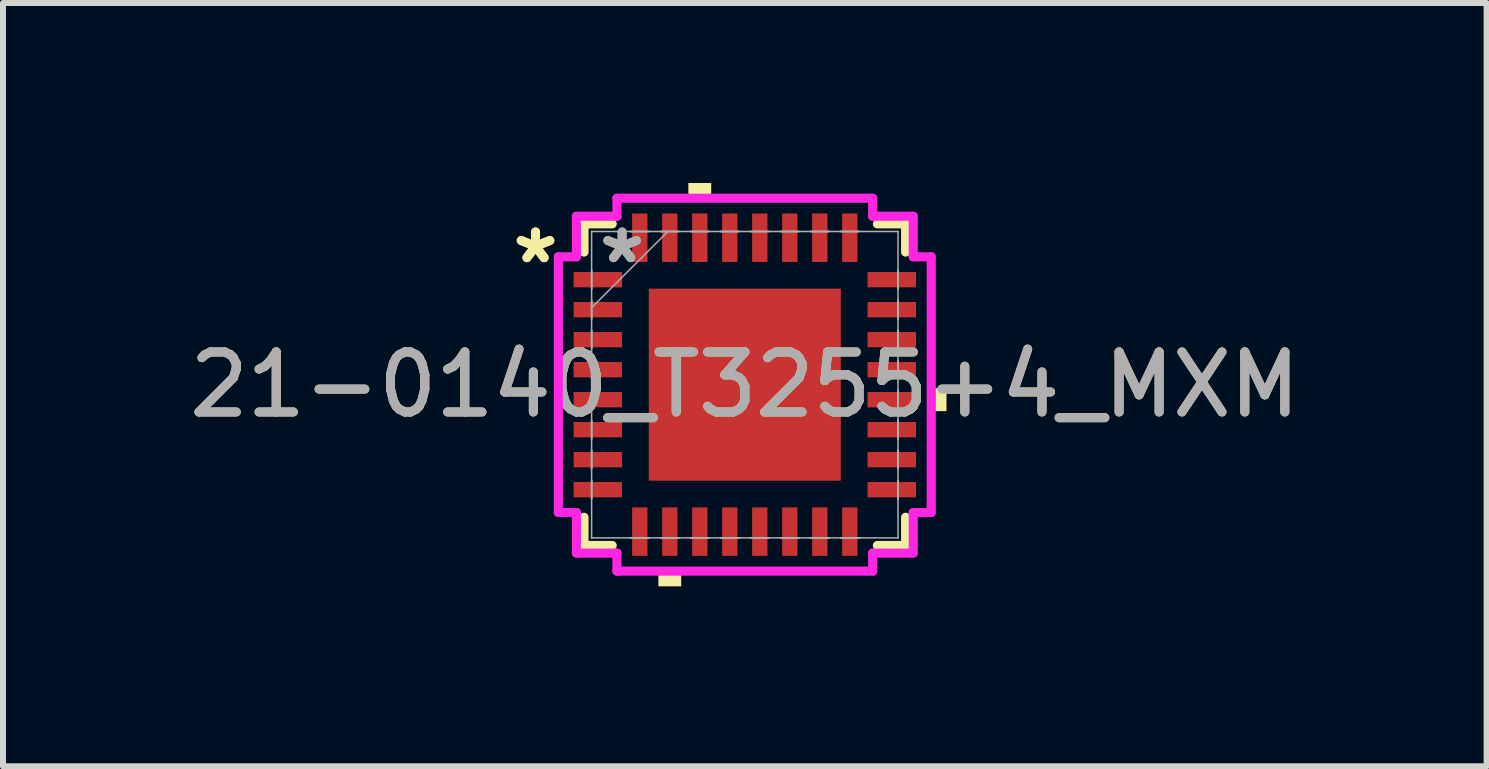
<source format=kicad_pcb>
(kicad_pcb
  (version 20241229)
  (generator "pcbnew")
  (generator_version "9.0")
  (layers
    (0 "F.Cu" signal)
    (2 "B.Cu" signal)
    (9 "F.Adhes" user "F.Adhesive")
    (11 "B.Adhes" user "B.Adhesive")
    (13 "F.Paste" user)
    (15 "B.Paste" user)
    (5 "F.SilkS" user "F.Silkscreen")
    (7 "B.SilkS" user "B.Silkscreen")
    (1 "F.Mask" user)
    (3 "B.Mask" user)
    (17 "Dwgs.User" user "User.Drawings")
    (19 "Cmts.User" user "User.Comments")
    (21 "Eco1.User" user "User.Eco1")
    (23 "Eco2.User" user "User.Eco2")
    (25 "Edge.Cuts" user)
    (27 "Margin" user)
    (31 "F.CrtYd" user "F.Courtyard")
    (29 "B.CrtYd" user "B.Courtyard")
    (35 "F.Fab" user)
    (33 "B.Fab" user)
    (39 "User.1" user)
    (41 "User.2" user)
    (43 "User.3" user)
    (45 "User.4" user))
  (footprint "21-0140_T3255+4_MXM"
    (layer "F.Cu")
    (at 9.363 3.361)
    (property "Reference" "21-0140_T3255+4_MXM" (at 0 0 0) (unlocked yes) (layer "F.SilkS") (effects (font (size 1 1) (thickness 0.15))))
    (attr smd)
    (fp_line (start -2.68 -2.68) (end -2.68 -2.21) (stroke (width 0.152) (type solid)) (layer "F.SilkS"))
    (fp_line (start -2.68 2.21) (end -2.68 2.68) (stroke (width 0.152) (type solid)) (layer "F.SilkS"))
    (fp_line (start -2.68 2.68) (end -2.21 2.68) (stroke (width 0.152) (type solid)) (layer "F.SilkS"))
    (fp_line (start -2.21 -2.68) (end -2.68 -2.68) (stroke (width 0.152) (type solid)) (layer "F.SilkS"))
    (fp_line (start 2.21 2.68) (end 2.68 2.68) (stroke (width 0.152) (type solid)) (layer "F.SilkS"))
    (fp_line (start 2.68 -2.68) (end 2.21 -2.68) (stroke (width 0.152) (type solid)) (layer "F.SilkS"))
    (fp_line (start 2.68 -2.21) (end 2.68 -2.68) (stroke (width 0.152) (type solid)) (layer "F.SilkS"))
    (fp_line (start 2.68 2.68) (end 2.68 2.21) (stroke (width 0.152) (type solid)) (layer "F.SilkS"))
    (fp_poly (pts (xy -1.44 3.107) (xy -1.44 3.361) (xy -1.06 3.361) (xy -1.06 3.107)) (stroke (width 0) (type solid)) (fill yes) (layer "F.SilkS"))
    (fp_poly (pts (xy -0.941 -3.107) (xy -0.941 -3.361) (xy -0.56 -3.361) (xy -0.56 -3.107)) (stroke (width 0) (type solid)) (fill yes) (layer "F.SilkS"))
    (fp_poly (pts (xy 3.361 0.059) (xy 3.361 0.441) (xy 3.107 0.441) (xy 3.107 0.059)) (stroke (width 0) (type solid)) (fill yes) (layer "F.SilkS"))
    (fp_poly (pts (xy -1.5 -1.5) (xy -1.5 -0.1) (xy -0.1 -0.1) (xy -0.1 -1.5)) (stroke (width 0) (type solid)) (fill yes) (layer "F.Paste"))
    (fp_poly (pts (xy -1.5 0.1) (xy -1.5 1.5) (xy -0.1 1.5) (xy -0.1 0.1)) (stroke (width 0) (type solid)) (fill yes) (layer "F.Paste"))
    (fp_poly (pts (xy 0.1 -1.5) (xy 0.1 -0.1) (xy 1.5 -0.1) (xy 1.5 -1.5)) (stroke (width 0) (type solid)) (fill yes) (layer "F.Paste"))
    (fp_poly (pts (xy 0.1 0.1) (xy 0.1 1.5) (xy 1.5 1.5) (xy 1.5 0.1)) (stroke (width 0) (type solid)) (fill yes) (layer "F.Paste"))
    (fp_line (start -3.107 -2.131) (end -2.807 -2.131) (stroke (width 0.152) (type solid)) (layer "F.CrtYd"))
    (fp_line (start -3.107 2.131) (end -3.107 -2.131) (stroke (width 0.152) (type solid)) (layer "F.CrtYd"))
    (fp_line (start -2.807 -2.807) (end -2.131 -2.807) (stroke (width 0.152) (type solid)) (layer "F.CrtYd"))
    (fp_line (start -2.807 -2.131) (end -2.807 -2.807) (stroke (width 0.152) (type solid)) (layer "F.CrtYd"))
    (fp_line (start -2.807 2.131) (end -3.107 2.131) (stroke (width 0.152) (type solid)) (layer "F.CrtYd"))
    (fp_line (start -2.807 2.807) (end -2.807 2.131) (stroke (width 0.152) (type solid)) (layer "F.CrtYd"))
    (fp_line (start -2.131 -3.107) (end 2.131 -3.107) (stroke (width 0.152) (type solid)) (layer "F.CrtYd"))
    (fp_line (start -2.131 -2.807) (end -2.131 -3.107) (stroke (width 0.152) (type solid)) (layer "F.CrtYd"))
    (fp_line (start -2.131 2.807) (end -2.807 2.807) (stroke (width 0.152) (type solid)) (layer "F.CrtYd"))
    (fp_line (start -2.131 3.107) (end -2.131 2.807) (stroke (width 0.152) (type solid)) (layer "F.CrtYd"))
    (fp_line (start 2.131 -3.107) (end 2.131 -2.807) (stroke (width 0.152) (type solid)) (layer "F.CrtYd"))
    (fp_line (start 2.131 -2.807) (end 2.807 -2.807) (stroke (width 0.152) (type solid)) (layer "F.CrtYd"))
    (fp_line (start 2.131 2.807) (end 2.131 3.107) (stroke (width 0.152) (type solid)) (layer "F.CrtYd"))
    (fp_line (start 2.131 3.107) (end -2.131 3.107) (stroke (width 0.152) (type solid)) (layer "F.CrtYd"))
    (fp_line (start 2.807 -2.807) (end 2.807 -2.131) (stroke (width 0.152) (type solid)) (layer "F.CrtYd"))
    (fp_line (start 2.807 -2.131) (end 3.107 -2.131) (stroke (width 0.152) (type solid)) (layer "F.CrtYd"))
    (fp_line (start 2.807 2.131) (end 2.807 2.807) (stroke (width 0.152) (type solid)) (layer "F.CrtYd"))
    (fp_line (start 2.807 2.807) (end 2.131 2.807) (stroke (width 0.152) (type solid)) (layer "F.CrtYd"))
    (fp_line (start 3.107 -2.131) (end 3.107 2.131) (stroke (width 0.152) (type solid)) (layer "F.CrtYd"))
    (fp_line (start 3.107 2.131) (end 2.807 2.131) (stroke (width 0.152) (type solid)) (layer "F.CrtYd"))
    (fp_line (start -2.553 -2.553) (end -2.553 -2.553) (stroke (width 0.025) (type solid)) (layer "F.Fab"))
    (fp_line (start -2.553 -2.553) (end -2.553 2.553) (stroke (width 0.025) (type solid)) (layer "F.Fab"))
    (fp_line (start -2.553 -1.902) (end -2.553 -1.902) (stroke (width 0.025) (type solid)) (layer "F.Fab"))
    (fp_line (start -2.553 -1.902) (end -2.553 -1.598) (stroke (width 0.025) (type solid)) (layer "F.Fab"))
    (fp_line (start -2.553 -1.598) (end -2.553 -1.902) (stroke (width 0.025) (type solid)) (layer "F.Fab"))
    (fp_line (start -2.553 -1.598) (end -2.553 -1.598) (stroke (width 0.025) (type solid)) (layer "F.Fab"))
    (fp_line (start -2.553 -1.402) (end -2.553 -1.402) (stroke (width 0.025) (type solid)) (layer "F.Fab"))
    (fp_line (start -2.553 -1.402) (end -2.553 -1.098) (stroke (width 0.025) (type solid)) (layer "F.Fab"))
    (fp_line (start -2.553 -1.283) (end -1.283 -2.553) (stroke (width 0.025) (type solid)) (layer "F.Fab"))
    (fp_line (start -2.553 -1.098) (end -2.553 -1.402) (stroke (width 0.025) (type solid)) (layer "F.Fab"))
    (fp_line (start -2.553 -1.098) (end -2.553 -1.098) (stroke (width 0.025) (type solid)) (layer "F.Fab"))
    (fp_line (start -2.553 -0.902) (end -2.553 -0.902) (stroke (width 0.025) (type solid)) (layer "F.Fab"))
    (fp_line (start -2.553 -0.902) (end -2.553 -0.598) (stroke (width 0.025) (type solid)) (layer "F.Fab"))
    (fp_line (start -2.553 -0.598) (end -2.553 -0.902) (stroke (width 0.025) (type solid)) (layer "F.Fab"))
    (fp_line (start -2.553 -0.598) (end -2.553 -0.598) (stroke (width 0.025) (type solid)) (layer "F.Fab"))
    (fp_line (start -2.553 -0.402) (end -2.553 -0.402) (stroke (width 0.025) (type solid)) (layer "F.Fab"))
    (fp_line (start -2.553 -0.402) (end -2.553 -0.098) (stroke (width 0.025) (type solid)) (layer "F.Fab"))
    (fp_line (start -2.553 -0.098) (end -2.553 -0.402) (stroke (width 0.025) (type solid)) (layer "F.Fab"))
    (fp_line (start -2.553 -0.098) (end -2.553 -0.098) (stroke (width 0.025) (type solid)) (layer "F.Fab"))
    (fp_line (start -2.553 0.098) (end -2.553 0.098) (stroke (width 0.025) (type solid)) (layer "F.Fab"))
    (fp_line (start -2.553 0.098) (end -2.553 0.402) (stroke (width 0.025) (type solid)) (layer "F.Fab"))
    (fp_line (start -2.553 0.402) (end -2.553 0.098) (stroke (width 0.025) (type solid)) (layer "F.Fab"))
    (fp_line (start -2.553 0.402) (end -2.553 0.402) (stroke (width 0.025) (type solid)) (layer "F.Fab"))
    (fp_line (start -2.553 0.598) (end -2.553 0.598) (stroke (width 0.025) (type solid)) (layer "F.Fab"))
    (fp_line (start -2.553 0.598) (end -2.553 0.902) (stroke (width 0.025) (type solid)) (layer "F.Fab"))
    (fp_line (start -2.553 0.902) (end -2.553 0.598) (stroke (width 0.025) (type solid)) (layer "F.Fab"))
    (fp_line (start -2.553 0.902) (end -2.553 0.902) (stroke (width 0.025) (type solid)) (layer "F.Fab"))
    (fp_line (start -2.553 1.098) (end -2.553 1.098) (stroke (width 0.025) (type solid)) (layer "F.Fab"))
    (fp_line (start -2.553 1.098) (end -2.553 1.402) (stroke (width 0.025) (type solid)) (layer "F.Fab"))
    (fp_line (start -2.553 1.402) (end -2.553 1.098) (stroke (width 0.025) (type solid)) (layer "F.Fab"))
    (fp_line (start -2.553 1.402) (end -2.553 1.402) (stroke (width 0.025) (type solid)) (layer "F.Fab"))
    (fp_line (start -2.553 1.598) (end -2.553 1.598) (stroke (width 0.025) (type solid)) (layer "F.Fab"))
    (fp_line (start -2.553 1.598) (end -2.553 1.902) (stroke (width 0.025) (type solid)) (layer "F.Fab"))
    (fp_line (start -2.553 1.902) (end -2.553 1.598) (stroke (width 0.025) (type solid)) (layer "F.Fab"))
    (fp_line (start -2.553 1.902) (end -2.553 1.902) (stroke (width 0.025) (type solid)) (layer "F.Fab"))
    (fp_line (start -2.553 2.553) (end -2.553 2.553) (stroke (width 0.025) (type solid)) (layer "F.Fab"))
    (fp_line (start -2.553 2.553) (end 2.553 2.553) (stroke (width 0.025) (type solid)) (layer "F.Fab"))
    (fp_line (start -1.902 -2.553) (end -1.902 -2.553) (stroke (width 0.025) (type solid)) (layer "F.Fab"))
    (fp_line (start -1.902 -2.553) (end -1.598 -2.553) (stroke (width 0.025) (type solid)) (layer "F.Fab"))
    (fp_line (start -1.902 2.553) (end -1.902 2.553) (stroke (width 0.025) (type solid)) (layer "F.Fab"))
    (fp_line (start -1.902 2.553) (end -1.598 2.553) (stroke (width 0.025) (type solid)) (layer "F.Fab"))
    (fp_line (start -1.598 -2.553) (end -1.902 -2.553) (stroke (width 0.025) (type solid)) (layer "F.Fab"))
    (fp_line (start -1.598 -2.553) (end -1.598 -2.553) (stroke (width 0.025) (type solid)) (layer "F.Fab"))
    (fp_line (start -1.598 2.553) (end -1.902 2.553) (stroke (width 0.025) (type solid)) (layer "F.Fab"))
    (fp_line (start -1.598 2.553) (end -1.598 2.553) (stroke (width 0.025) (type solid)) (layer "F.Fab"))
    (fp_line (start -1.402 -2.553) (end -1.402 -2.553) (stroke (width 0.025) (type solid)) (layer "F.Fab"))
    (fp_line (start -1.402 -2.553) (end -1.098 -2.553) (stroke (width 0.025) (type solid)) (layer "F.Fab"))
    (fp_line (start -1.402 2.553) (end -1.402 2.553) (stroke (width 0.025) (type solid)) (layer "F.Fab"))
    (fp_line (start -1.402 2.553) (end -1.098 2.553) (stroke (width 0.025) (type solid)) (layer "F.Fab"))
    (fp_line (start -1.098 -2.553) (end -1.402 -2.553) (stroke (width 0.025) (type solid)) (layer "F.Fab"))
    (fp_line (start -1.098 -2.553) (end -1.098 -2.553) (stroke (width 0.025) (type solid)) (layer "F.Fab"))
    (fp_line (start -1.098 2.553) (end -1.402 2.553) (stroke (width 0.025) (type solid)) (layer "F.Fab"))
    (fp_line (start -1.098 2.553) (end -1.098 2.553) (stroke (width 0.025) (type solid)) (layer "F.Fab"))
    (fp_line (start -0.902 -2.553) (end -0.902 -2.553) (stroke (width 0.025) (type solid)) (layer "F.Fab"))
    (fp_line (start -0.902 -2.553) (end -0.598 -2.553) (stroke (width 0.025) (type solid)) (layer "F.Fab"))
    (fp_line (start -0.902 2.553) (end -0.902 2.553) (stroke (width 0.025) (type solid)) (layer "F.Fab"))
    (fp_line (start -0.902 2.553) (end -0.598 2.553) (stroke (width 0.025) (type solid)) (layer "F.Fab"))
    (fp_line (start -0.598 -2.553) (end -0.902 -2.553) (stroke (width 0.025) (type solid)) (layer "F.Fab"))
    (fp_line (start -0.598 -2.553) (end -0.598 -2.553) (stroke (width 0.025) (type solid)) (layer "F.Fab"))
    (fp_line (start -0.598 2.553) (end -0.902 2.553) (stroke (width 0.025) (type solid)) (layer "F.Fab"))
    (fp_line (start -0.598 2.553) (end -0.598 2.553) (stroke (width 0.025) (type solid)) (layer "F.Fab"))
    (fp_line (start -0.402 -2.553) (end -0.402 -2.553) (stroke (width 0.025) (type solid)) (layer "F.Fab"))
    (fp_line (start -0.402 -2.553) (end -0.098 -2.553) (stroke (width 0.025) (type solid)) (layer "F.Fab"))
    (fp_line (start -0.402 2.553) (end -0.402 2.553) (stroke (width 0.025) (type solid)) (layer "F.Fab"))
    (fp_line (start -0.402 2.553) (end -0.098 2.553) (stroke (width 0.025) (type solid)) (layer "F.Fab"))
    (fp_line (start -0.098 -2.553) (end -0.402 -2.553) (stroke (width 0.025) (type solid)) (layer "F.Fab"))
    (fp_line (start -0.098 -2.553) (end -0.098 -2.553) (stroke (width 0.025) (type solid)) (layer "F.Fab"))
    (fp_line (start -0.098 2.553) (end -0.402 2.553) (stroke (width 0.025) (type solid)) (layer "F.Fab"))
    (fp_line (start -0.098 2.553) (end -0.098 2.553) (stroke (width 0.025) (type solid)) (layer "F.Fab"))
    (fp_line (start 0.098 -2.553) (end 0.098 -2.553) (stroke (width 0.025) (type solid)) (layer "F.Fab"))
    (fp_line (start 0.098 -2.553) (end 0.402 -2.553) (stroke (width 0.025) (type solid)) (layer "F.Fab"))
    (fp_line (start 0.098 2.553) (end 0.098 2.553) (stroke (width 0.025) (type solid)) (layer "F.Fab"))
    (fp_line (start 0.098 2.553) (end 0.402 2.553) (stroke (width 0.025) (type solid)) (layer "F.Fab"))
    (fp_line (start 0.402 -2.553) (end 0.098 -2.553) (stroke (width 0.025) (type solid)) (layer "F.Fab"))
    (fp_line (start 0.402 -2.553) (end 0.402 -2.553) (stroke (width 0.025) (type solid)) (layer "F.Fab"))
    (fp_line (start 0.402 2.553) (end 0.098 2.553) (stroke (width 0.025) (type solid)) (layer "F.Fab"))
    (fp_line (start 0.402 2.553) (end 0.402 2.553) (stroke (width 0.025) (type solid)) (layer "F.Fab"))
    (fp_line (start 0.598 -2.553) (end 0.598 -2.553) (stroke (width 0.025) (type solid)) (layer "F.Fab"))
    (fp_line (start 0.598 -2.553) (end 0.902 -2.553) (stroke (width 0.025) (type solid)) (layer "F.Fab"))
    (fp_line (start 0.598 2.553) (end 0.598 2.553) (stroke (width 0.025) (type solid)) (layer "F.Fab"))
    (fp_line (start 0.598 2.553) (end 0.902 2.553) (stroke (width 0.025) (type solid)) (layer "F.Fab"))
    (fp_line (start 0.902 -2.553) (end 0.598 -2.553) (stroke (width 0.025) (type solid)) (layer "F.Fab"))
    (fp_line (start 0.902 -2.553) (end 0.902 -2.553) (stroke (width 0.025) (type solid)) (layer "F.Fab"))
    (fp_line (start 0.902 2.553) (end 0.598 2.553) (stroke (width 0.025) (type solid)) (layer "F.Fab"))
    (fp_line (start 0.902 2.553) (end 0.902 2.553) (stroke (width 0.025) (type solid)) (layer "F.Fab"))
    (fp_line (start 1.098 -2.553) (end 1.098 -2.553) (stroke (width 0.025) (type solid)) (layer "F.Fab"))
    (fp_line (start 1.098 -2.553) (end 1.402 -2.553) (stroke (width 0.025) (type solid)) (layer "F.Fab"))
    (fp_line (start 1.098 2.553) (end 1.098 2.553) (stroke (width 0.025) (type solid)) (layer "F.Fab"))
    (fp_line (start 1.098 2.553) (end 1.402 2.553) (stroke (width 0.025) (type solid)) (layer "F.Fab"))
    (fp_line (start 1.402 -2.553) (end 1.098 -2.553) (stroke (width 0.025) (type solid)) (layer "F.Fab"))
    (fp_line (start 1.402 -2.553) (end 1.402 -2.553) (stroke (width 0.025) (type solid)) (layer "F.Fab"))
    (fp_line (start 1.402 2.553) (end 1.098 2.553) (stroke (width 0.025) (type solid)) (layer "F.Fab"))
    (fp_line (start 1.402 2.553) (end 1.402 2.553) (stroke (width 0.025) (type solid)) (layer "F.Fab"))
    (fp_line (start 1.598 -2.553) (end 1.598 -2.553) (stroke (width 0.025) (type solid)) (layer "F.Fab"))
    (fp_line (start 1.598 -2.553) (end 1.902 -2.553) (stroke (width 0.025) (type solid)) (layer "F.Fab"))
    (fp_line (start 1.598 2.553) (end 1.598 2.553) (stroke (width 0.025) (type solid)) (layer "F.Fab"))
    (fp_line (start 1.598 2.553) (end 1.902 2.553) (stroke (width 0.025) (type solid)) (layer "F.Fab"))
    (fp_line (start 1.902 -2.553) (end 1.598 -2.553) (stroke (width 0.025) (type solid)) (layer "F.Fab"))
    (fp_line (start 1.902 -2.553) (end 1.902 -2.553) (stroke (width 0.025) (type solid)) (layer "F.Fab"))
    (fp_line (start 1.902 2.553) (end 1.598 2.553) (stroke (width 0.025) (type solid)) (layer "F.Fab"))
    (fp_line (start 1.902 2.553) (end 1.902 2.553) (stroke (width 0.025) (type solid)) (layer "F.Fab"))
    (fp_line (start 2.553 -2.553) (end -2.553 -2.553) (stroke (width 0.025) (type solid)) (layer "F.Fab"))
    (fp_line (start 2.553 -2.553) (end 2.553 -2.553) (stroke (width 0.025) (type solid)) (layer "F.Fab"))
    (fp_line (start 2.553 -1.902) (end 2.553 -1.902) (stroke (width 0.025) (type solid)) (layer "F.Fab"))
    (fp_line (start 2.553 -1.902) (end 2.553 -1.598) (stroke (width 0.025) (type solid)) (layer "F.Fab"))
    (fp_line (start 2.553 -1.598) (end 2.553 -1.902) (stroke (width 0.025) (type solid)) (layer "F.Fab"))
    (fp_line (start 2.553 -1.598) (end 2.553 -1.598) (stroke (width 0.025) (type solid)) (layer "F.Fab"))
    (fp_line (start 2.553 -1.402) (end 2.553 -1.402) (stroke (width 0.025) (type solid)) (layer "F.Fab"))
    (fp_line (start 2.553 -1.402) (end 2.553 -1.098) (stroke (width 0.025) (type solid)) (layer "F.Fab"))
    (fp_line (start 2.553 -1.098) (end 2.553 -1.402) (stroke (width 0.025) (type solid)) (layer "F.Fab"))
    (fp_line (start 2.553 -1.098) (end 2.553 -1.098) (stroke (width 0.025) (type solid)) (layer "F.Fab"))
    (fp_line (start 2.553 -0.902) (end 2.553 -0.902) (stroke (width 0.025) (type solid)) (layer "F.Fab"))
    (fp_line (start 2.553 -0.902) (end 2.553 -0.598) (stroke (width 0.025) (type solid)) (layer "F.Fab"))
    (fp_line (start 2.553 -0.598) (end 2.553 -0.902) (stroke (width 0.025) (type solid)) (layer "F.Fab"))
    (fp_line (start 2.553 -0.598) (end 2.553 -0.598) (stroke (width 0.025) (type solid)) (layer "F.Fab"))
    (fp_line (start 2.553 -0.402) (end 2.553 -0.402) (stroke (width 0.025) (type solid)) (layer "F.Fab"))
    (fp_line (start 2.553 -0.402) (end 2.553 -0.098) (stroke (width 0.025) (type solid)) (layer "F.Fab"))
    (fp_line (start 2.553 -0.098) (end 2.553 -0.402) (stroke (width 0.025) (type solid)) (layer "F.Fab"))
    (fp_line (start 2.553 -0.098) (end 2.553 -0.098) (stroke (width 0.025) (type solid)) (layer "F.Fab"))
    (fp_line (start 2.553 0.098) (end 2.553 0.098) (stroke (width 0.025) (type solid)) (layer "F.Fab"))
    (fp_line (start 2.553 0.098) (end 2.553 0.402) (stroke (width 0.025) (type solid)) (layer "F.Fab"))
    (fp_line (start 2.553 0.402) (end 2.553 0.098) (stroke (width 0.025) (type solid)) (layer "F.Fab"))
    (fp_line (start 2.553 0.402) (end 2.553 0.402) (stroke (width 0.025) (type solid)) (layer "F.Fab"))
    (fp_line (start 2.553 0.598) (end 2.553 0.598) (stroke (width 0.025) (type solid)) (layer "F.Fab"))
    (fp_line (start 2.553 0.598) (end 2.553 0.902) (stroke (width 0.025) (type solid)) (layer "F.Fab"))
    (fp_line (start 2.553 0.902) (end 2.553 0.598) (stroke (width 0.025) (type solid)) (layer "F.Fab"))
    (fp_line (start 2.553 0.902) (end 2.553 0.902) (stroke (width 0.025) (type solid)) (layer "F.Fab"))
    (fp_line (start 2.553 1.098) (end 2.553 1.098) (stroke (width 0.025) (type solid)) (layer "F.Fab"))
    (fp_line (start 2.553 1.098) (end 2.553 1.402) (stroke (width 0.025) (type solid)) (layer "F.Fab"))
    (fp_line (start 2.553 1.402) (end 2.553 1.098) (stroke (width 0.025) (type solid)) (layer "F.Fab"))
    (fp_line (start 2.553 1.402) (end 2.553 1.402) (stroke (width 0.025) (type solid)) (layer "F.Fab"))
    (fp_line (start 2.553 1.598) (end 2.553 1.598) (stroke (width 0.025) (type solid)) (layer "F.Fab"))
    (fp_line (start 2.553 1.598) (end 2.553 1.902) (stroke (width 0.025) (type solid)) (layer "F.Fab"))
    (fp_line (start 2.553 1.902) (end 2.553 1.598) (stroke (width 0.025) (type solid)) (layer "F.Fab"))
    (fp_line (start 2.553 1.902) (end 2.553 1.902) (stroke (width 0.025) (type solid)) (layer "F.Fab"))
    (fp_line (start 2.553 2.553) (end 2.553 -2.553) (stroke (width 0.025) (type solid)) (layer "F.Fab"))
    (fp_line (start 2.553 2.553) (end 2.553 2.553) (stroke (width 0.025) (type solid)) (layer "F.Fab"))
    (fp_text user "*" (at -3.488 -2 0) (unlocked yes) (layer "F.SilkS") (effects (font (size 1 1) (thickness 0.15))))
    (fp_text user "*" (at -3.488 -2 0) (layer "F.SilkS") (effects (font (size 1 1) (thickness 0.15))))
    (fp_text user "${REFERENCE}" (at 0 0 0) (unlocked yes) (layer "F.Fab") (effects (font (size 1 1) (thickness 0.15))))
    (fp_text user "*" (at -2.045 -2 0) (layer "F.Fab") (effects (font (size 1 1) (thickness 0.15))))
    (fp_text user "*" (at -2.045 -2 0) (unlocked yes) (layer "F.Fab") (effects (font (size 1 1) (thickness 0.15))))
    (pad "1" smd rect (at -2.449 -1.75 90) (size 0.255 0.808) (layers "F.Cu" "F.Mask" "F.Paste"))
    (pad "2" smd rect (at -2.449 -1.25 90) (size 0.255 0.808) (layers "F.Cu" "F.Mask" "F.Paste"))
    (pad "3" smd rect (at -2.449 -0.75 90) (size 0.255 0.808) (layers "F.Cu" "F.Mask" "F.Paste"))
    (pad "4" smd rect (at -2.449 -0.25 90) (size 0.255 0.808) (layers "F.Cu" "F.Mask" "F.Paste"))
    (pad "5" smd rect (at -2.449 0.25 90) (size 0.255 0.808) (layers "F.Cu" "F.Mask" "F.Paste"))
    (pad "6" smd rect (at -2.449 0.75 90) (size 0.255 0.808) (layers "F.Cu" "F.Mask" "F.Paste"))
    (pad "7" smd rect (at -2.449 1.25 90) (size 0.255 0.808) (layers "F.Cu" "F.Mask" "F.Paste"))
    (pad "8" smd rect (at -2.449 1.75 90) (size 0.255 0.808) (layers "F.Cu" "F.Mask" "F.Paste"))
    (pad "9" smd rect (at -1.75 2.449) (size 0.255 0.808) (layers "F.Cu" "F.Mask" "F.Paste"))
    (pad "10" smd rect (at -1.25 2.449) (size 0.255 0.808) (layers "F.Cu" "F.Mask" "F.Paste"))
    (pad "11" smd rect (at -0.75 2.449) (size 0.255 0.808) (layers "F.Cu" "F.Mask" "F.Paste"))
    (pad "12" smd rect (at -0.25 2.449) (size 0.255 0.808) (layers "F.Cu" "F.Mask" "F.Paste"))
    (pad "13" smd rect (at 0.25 2.449) (size 0.255 0.808) (layers "F.Cu" "F.Mask" "F.Paste"))
    (pad "14" smd rect (at 0.75 2.449) (size 0.255 0.808) (layers "F.Cu" "F.Mask" "F.Paste"))
    (pad "15" smd rect (at 1.25 2.449) (size 0.255 0.808) (layers "F.Cu" "F.Mask" "F.Paste"))
    (pad "16" smd rect (at 1.75 2.449) (size 0.255 0.808) (layers "F.Cu" "F.Mask" "F.Paste"))
    (pad "17" smd rect (at 2.449 1.75 90) (size 0.255 0.808) (layers "F.Cu" "F.Mask" "F.Paste"))
    (pad "18" smd rect (at 2.449 1.25 90) (size 0.255 0.808) (layers "F.Cu" "F.Mask" "F.Paste"))
    (pad "19" smd rect (at 2.449 0.75 90) (size 0.255 0.808) (layers "F.Cu" "F.Mask" "F.Paste"))
    (pad "20" smd rect (at 2.449 0.25 90) (size 0.255 0.808) (layers "F.Cu" "F.Mask" "F.Paste"))
    (pad "21" smd rect (at 2.449 -0.25 90) (size 0.255 0.808) (layers "F.Cu" "F.Mask" "F.Paste"))
    (pad "22" smd rect (at 2.449 -0.75 90) (size 0.255 0.808) (layers "F.Cu" "F.Mask" "F.Paste"))
    (pad "23" smd rect (at 2.449 -1.25 90) (size 0.255 0.808) (layers "F.Cu" "F.Mask" "F.Paste"))
    (pad "24" smd rect (at 2.449 -1.75 90) (size 0.255 0.808) (layers "F.Cu" "F.Mask" "F.Paste"))
    (pad "25" smd rect (at 1.75 -2.449) (size 0.255 0.808) (layers "F.Cu" "F.Mask" "F.Paste"))
    (pad "26" smd rect (at 1.25 -2.449) (size 0.255 0.808) (layers "F.Cu" "F.Mask" "F.Paste"))
    (pad "27" smd rect (at 0.75 -2.449) (size 0.255 0.808) (layers "F.Cu" "F.Mask" "F.Paste"))
    (pad "28" smd rect (at 0.25 -2.449) (size 0.255 0.808) (layers "F.Cu" "F.Mask" "F.Paste"))
    (pad "29" smd rect (at -0.25 -2.449) (size 0.255 0.808) (layers "F.Cu" "F.Mask" "F.Paste"))
    (pad "30" smd rect (at -0.75 -2.449) (size 0.255 0.808) (layers "F.Cu" "F.Mask" "F.Paste"))
    (pad "31" smd rect (at -1.25 -2.449) (size 0.255 0.808) (layers "F.Cu" "F.Mask" "F.Paste"))
    (pad "32" smd rect (at -1.75 -2.449) (size 0.255 0.808) (layers "F.Cu" "F.Mask" "F.Paste"))
    (pad "33" smd rect (at 0 0) (size 3.2 3.2) (layers "F.Cu" "F.Mask" "F.Paste")))
  (gr_rect
    (start -3 -3)
    (end 21.726 9.721)
    (stroke (width 0.1) (type default))
    (fill no)
    (layer "Edge.Cuts")))
</source>
